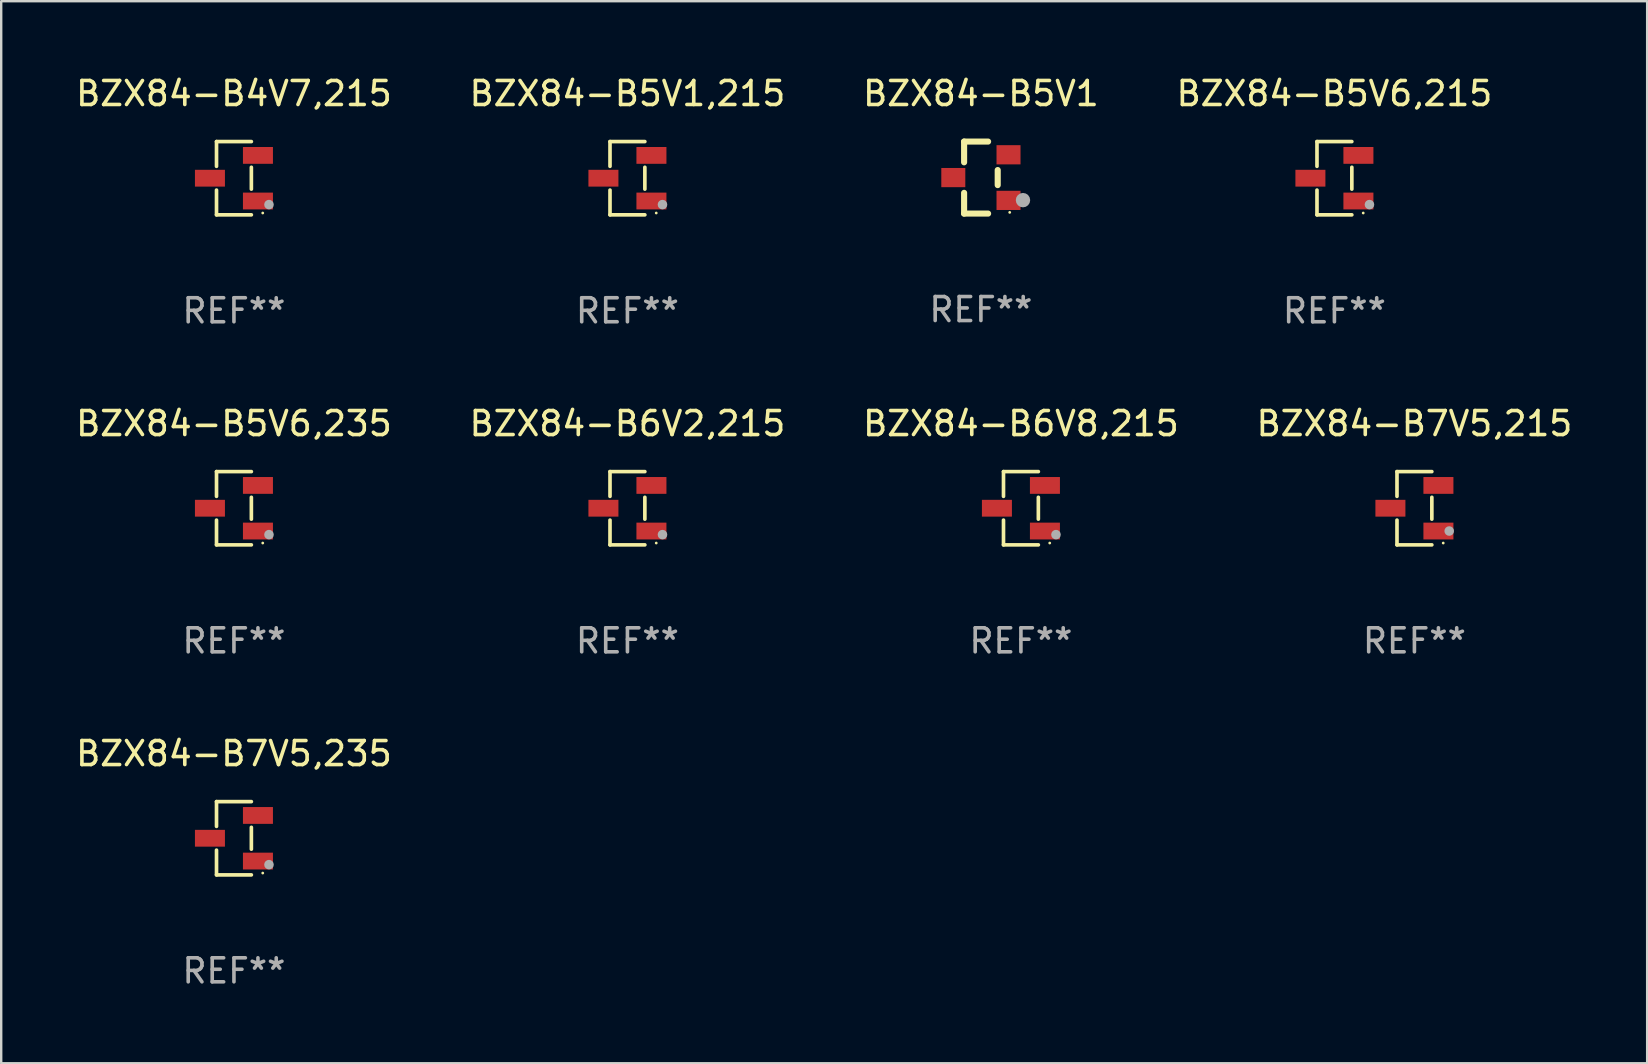
<source format=kicad_pcb>
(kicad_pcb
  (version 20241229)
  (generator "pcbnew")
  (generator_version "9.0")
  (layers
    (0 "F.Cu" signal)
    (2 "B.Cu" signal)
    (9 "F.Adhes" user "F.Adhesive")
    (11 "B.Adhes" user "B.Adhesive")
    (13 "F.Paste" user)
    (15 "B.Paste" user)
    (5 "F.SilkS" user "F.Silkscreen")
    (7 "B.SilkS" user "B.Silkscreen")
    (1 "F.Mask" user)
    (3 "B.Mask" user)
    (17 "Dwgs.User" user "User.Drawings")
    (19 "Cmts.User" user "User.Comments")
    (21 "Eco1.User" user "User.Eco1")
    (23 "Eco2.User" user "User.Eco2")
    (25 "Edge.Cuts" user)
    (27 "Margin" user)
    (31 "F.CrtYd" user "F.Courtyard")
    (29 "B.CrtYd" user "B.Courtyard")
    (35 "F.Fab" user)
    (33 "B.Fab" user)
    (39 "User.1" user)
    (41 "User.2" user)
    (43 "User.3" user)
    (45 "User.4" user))
  (footprint "BZX84-B7V5,215"
    (layer "F.Cu")
    (at 55.875 18.123)
    (property "Reference" "BZX84-B7V5,215" (at 0 -3.526 0) (layer "F.SilkS") (effects (font (size 1 1) (thickness 0.15))))
    (attr through_hole)
    (fp_line (start -0.726 -1.526) (end -0.726 -0.495) (stroke (width 0.152) (type solid)) (layer "F.SilkS"))
    (fp_line (start -0.726 1.526) (end -0.726 0.495) (stroke (width 0.152) (type solid)) (layer "F.SilkS"))
    (fp_line (start 0.726 -1.526) (end -0.726 -1.526) (stroke (width 0.152) (type solid)) (layer "F.SilkS"))
    (fp_line (start 0.726 -0.455) (end 0.726 0.455) (stroke (width 0.152) (type solid)) (layer "F.SilkS"))
    (fp_line (start 0.726 1.526) (end -0.726 1.526) (stroke (width 0.152) (type solid)) (layer "F.SilkS"))
    (fp_circle (center 1.2 1.45) (end 1.23 1.45) (stroke (width 0.06) (type solid)) (fill no) (layer "F.SilkS"))
    (fp_circle (center 1.45 0.95) (end 1.55 0.95) (stroke (width 0.2) (type solid)) (fill no) (layer "F.Fab"))
    (fp_text user "REF**" (at 0 5.526 0) (layer "F.Fab") (effects (font (size 1 1) (thickness 0.15))))
    (pad "1" smd rect (at 1 0.95) (size 1.25 0.7) (layers "F.Cu" "F.Mask" "F.Paste"))
    (pad "2" smd rect (at 1 -0.95) (size 1.25 0.7) (layers "F.Cu" "F.Mask" "F.Paste"))
    (pad "3" smd rect (at -1 0) (size 1.25 0.7) (layers "F.Cu" "F.Mask" "F.Paste")))
  (footprint "BZX84-B7V5,235"
    (layer "F.Cu")
    (at 6.696 31.872)
    (property "Reference" "BZX84-B7V5,235" (at 0 -3.526 0) (layer "F.SilkS") (effects (font (size 1 1) (thickness 0.15))))
    (attr through_hole)
    (fp_line (start -0.726 -1.526) (end -0.726 -0.495) (stroke (width 0.152) (type solid)) (layer "F.SilkS"))
    (fp_line (start -0.726 1.526) (end -0.726 0.495) (stroke (width 0.152) (type solid)) (layer "F.SilkS"))
    (fp_line (start 0.726 -1.526) (end -0.726 -1.526) (stroke (width 0.152) (type solid)) (layer "F.SilkS"))
    (fp_line (start 0.726 -0.455) (end 0.726 0.455) (stroke (width 0.152) (type solid)) (layer "F.SilkS"))
    (fp_line (start 0.726 1.526) (end -0.726 1.526) (stroke (width 0.152) (type solid)) (layer "F.SilkS"))
    (fp_circle (center 1.2 1.45) (end 1.23 1.45) (stroke (width 0.06) (type solid)) (fill no) (layer "F.SilkS"))
    (fp_circle (center 1.46 1.1) (end 1.56 1.1) (stroke (width 0.2) (type solid)) (fill no) (layer "F.Fab"))
    (fp_text user "REF**" (at 0 5.526 0) (layer "F.Fab") (effects (font (size 1 1) (thickness 0.15))))
    (pad "1" smd rect (at 1 0.95) (size 1.25 0.7) (layers "F.Cu" "F.Mask" "F.Paste"))
    (pad "2" smd rect (at 1 -0.95) (size 1.25 0.7) (layers "F.Cu" "F.Mask" "F.Paste"))
    (pad "3" smd rect (at -1 0) (size 1.25 0.7) (layers "F.Cu" "F.Mask" "F.Paste")))
  (footprint "BZX84-B5V1,215"
    (layer "F.Cu")
    (at 23.089 4.374)
    (property "Reference" "BZX84-B5V1,215" (at 0 -3.526 0) (layer "F.SilkS") (effects (font (size 1 1) (thickness 0.15))))
    (attr through_hole)
    (fp_line (start -0.726 -1.526) (end -0.726 -0.495) (stroke (width 0.152) (type solid)) (layer "F.SilkS"))
    (fp_line (start -0.726 1.526) (end -0.726 0.495) (stroke (width 0.152) (type solid)) (layer "F.SilkS"))
    (fp_line (start 0.726 -1.526) (end -0.726 -1.526) (stroke (width 0.152) (type solid)) (layer "F.SilkS"))
    (fp_line (start 0.726 -0.455) (end 0.726 0.455) (stroke (width 0.152) (type solid)) (layer "F.SilkS"))
    (fp_line (start 0.726 1.526) (end -0.726 1.526) (stroke (width 0.152) (type solid)) (layer "F.SilkS"))
    (fp_circle (center 1.2 1.45) (end 1.23 1.45) (stroke (width 0.06) (type solid)) (fill no) (layer "F.SilkS"))
    (fp_circle (center 1.46 1.1) (end 1.56 1.1) (stroke (width 0.2) (type solid)) (fill no) (layer "F.Fab"))
    (fp_text user "REF**" (at 0 5.526 0) (layer "F.Fab") (effects (font (size 1 1) (thickness 0.15))))
    (pad "1" smd rect (at 1 0.95) (size 1.25 0.7) (layers "F.Cu" "F.Mask" "F.Paste"))
    (pad "2" smd rect (at 1 -0.95) (size 1.25 0.7) (layers "F.Cu" "F.Mask" "F.Paste"))
    (pad "3" smd rect (at -1 0) (size 1.25 0.7) (layers "F.Cu" "F.Mask" "F.Paste")))
  (footprint "BZX84-B5V1"
    (layer "F.Cu")
    (at 37.815 4.348)
    (property "Reference" "BZX84-B5V1" (at 0 -3.5 0) (layer "F.SilkS") (effects (font (size 1 1) (thickness 0.15))))
    (attr through_hole)
    (fp_line (start -0.7 -1.5) (end 0.3 -1.5) (stroke (width 0.254) (type solid)) (layer "F.SilkS"))
    (fp_line (start -0.7 -0.636) (end -0.7 -1.5) (stroke (width 0.254) (type solid)) (layer "F.SilkS"))
    (fp_line (start -0.7 1.5) (end -0.7 0.636) (stroke (width 0.254) (type solid)) (layer "F.SilkS"))
    (fp_line (start -0.7 1.5) (end 0.3 1.5) (stroke (width 0.254) (type solid)) (layer "F.SilkS"))
    (fp_line (start 0.7 0.314) (end 0.7 -0.314) (stroke (width 0.254) (type solid)) (layer "F.SilkS"))
    (fp_circle (center 1.2 1.45) (end 1.23 1.45) (stroke (width 0.06) (type solid)) (fill no) (layer "F.SilkS"))
    (fp_circle (center 1.753 0.94) (end 1.903 0.94) (stroke (width 0.3) (type solid)) (fill no) (layer "F.Fab"))
    (fp_text user "REF**" (at 0 5.5 0) (layer "F.Fab") (effects (font (size 1 1) (thickness 0.15))))
    (pad "1" smd rect (at 1.15 0.95 180) (size 1 0.8) (layers "F.Cu" "F.Mask" "F.Paste"))
    (pad "2" smd rect (at 1.15 -0.95 180) (size 1 0.8) (layers "F.Cu" "F.Mask" "F.Paste"))
    (pad "3" smd rect (at -1.15 -0.000051 180) (size 1 0.8) (layers "F.Cu" "F.Mask" "F.Paste")))
  (footprint "BZX84-B5V6,235"
    (layer "F.Cu")
    (at 6.696 18.123)
    (property "Reference" "BZX84-B5V6,235" (at 0 -3.526 0) (layer "F.SilkS") (effects (font (size 1 1) (thickness 0.15))))
    (attr through_hole)
    (fp_line (start -0.726 -1.526) (end -0.726 -0.495) (stroke (width 0.152) (type solid)) (layer "F.SilkS"))
    (fp_line (start -0.726 1.526) (end -0.726 0.495) (stroke (width 0.152) (type solid)) (layer "F.SilkS"))
    (fp_line (start 0.726 -1.526) (end -0.726 -1.526) (stroke (width 0.152) (type solid)) (layer "F.SilkS"))
    (fp_line (start 0.726 -0.455) (end 0.726 0.455) (stroke (width 0.152) (type solid)) (layer "F.SilkS"))
    (fp_line (start 0.726 1.526) (end -0.726 1.526) (stroke (width 0.152) (type solid)) (layer "F.SilkS"))
    (fp_circle (center 1.2 1.45) (end 1.23 1.45) (stroke (width 0.06) (type solid)) (fill no) (layer "F.SilkS"))
    (fp_circle (center 1.46 1.1) (end 1.56 1.1) (stroke (width 0.2) (type solid)) (fill no) (layer "F.Fab"))
    (fp_text user "REF**" (at 0 5.526 0) (layer "F.Fab") (effects (font (size 1 1) (thickness 0.15))))
    (pad "1" smd rect (at 1 0.95) (size 1.25 0.7) (layers "F.Cu" "F.Mask" "F.Paste"))
    (pad "2" smd rect (at 1 -0.95) (size 1.25 0.7) (layers "F.Cu" "F.Mask" "F.Paste"))
    (pad "3" smd rect (at -1 0) (size 1.25 0.7) (layers "F.Cu" "F.Mask" "F.Paste")))
  (footprint "BZX84-B5V6,215"
    (layer "F.Cu")
    (at 52.542 4.374)
    (property "Reference" "BZX84-B5V6,215" (at 0 -3.526 0) (layer "F.SilkS") (effects (font (size 1 1) (thickness 0.15))))
    (attr through_hole)
    (fp_line (start -0.726 -1.526) (end -0.726 -0.495) (stroke (width 0.152) (type solid)) (layer "F.SilkS"))
    (fp_line (start -0.726 1.526) (end -0.726 0.495) (stroke (width 0.152) (type solid)) (layer "F.SilkS"))
    (fp_line (start 0.726 -1.526) (end -0.726 -1.526) (stroke (width 0.152) (type solid)) (layer "F.SilkS"))
    (fp_line (start 0.726 -0.455) (end 0.726 0.455) (stroke (width 0.152) (type solid)) (layer "F.SilkS"))
    (fp_line (start 0.726 1.526) (end -0.726 1.526) (stroke (width 0.152) (type solid)) (layer "F.SilkS"))
    (fp_circle (center 1.2 1.45) (end 1.23 1.45) (stroke (width 0.06) (type solid)) (fill no) (layer "F.SilkS"))
    (fp_circle (center 1.46 1.1) (end 1.56 1.1) (stroke (width 0.2) (type solid)) (fill no) (layer "F.Fab"))
    (fp_text user "REF**" (at 0 5.526 0) (layer "F.Fab") (effects (font (size 1 1) (thickness 0.15))))
    (pad "1" smd rect (at 1 0.95) (size 1.25 0.7) (layers "F.Cu" "F.Mask" "F.Paste"))
    (pad "2" smd rect (at 1 -0.95) (size 1.25 0.7) (layers "F.Cu" "F.Mask" "F.Paste"))
    (pad "3" smd rect (at -1 0) (size 1.25 0.7) (layers "F.Cu" "F.Mask" "F.Paste")))
  (footprint "BZX84-B6V2,215"
    (layer "F.Cu")
    (at 23.089 18.123)
    (property "Reference" "BZX84-B6V2,215" (at 0 -3.526 0) (layer "F.SilkS") (effects (font (size 1 1) (thickness 0.15))))
    (attr through_hole)
    (fp_line (start -0.726 -1.526) (end -0.726 -0.495) (stroke (width 0.152) (type solid)) (layer "F.SilkS"))
    (fp_line (start -0.726 1.526) (end -0.726 0.495) (stroke (width 0.152) (type solid)) (layer "F.SilkS"))
    (fp_line (start 0.726 -1.526) (end -0.726 -1.526) (stroke (width 0.152) (type solid)) (layer "F.SilkS"))
    (fp_line (start 0.726 -0.455) (end 0.726 0.455) (stroke (width 0.152) (type solid)) (layer "F.SilkS"))
    (fp_line (start 0.726 1.526) (end -0.726 1.526) (stroke (width 0.152) (type solid)) (layer "F.SilkS"))
    (fp_circle (center 1.2 1.45) (end 1.23 1.45) (stroke (width 0.06) (type solid)) (fill no) (layer "F.SilkS"))
    (fp_circle (center 1.46 1.1) (end 1.56 1.1) (stroke (width 0.2) (type solid)) (fill no) (layer "F.Fab"))
    (fp_text user "REF**" (at 0 5.526 0) (layer "F.Fab") (effects (font (size 1 1) (thickness 0.15))))
    (pad "1" smd rect (at 1 0.95) (size 1.25 0.7) (layers "F.Cu" "F.Mask" "F.Paste"))
    (pad "2" smd rect (at 1 -0.95) (size 1.25 0.7) (layers "F.Cu" "F.Mask" "F.Paste"))
    (pad "3" smd rect (at -1 0) (size 1.25 0.7) (layers "F.Cu" "F.Mask" "F.Paste")))
  (footprint "BZX84-B4V7,215"
    (layer "F.Cu")
    (at 6.696 4.374)
    (property "Reference" "BZX84-B4V7,215" (at 0 -3.526 0) (layer "F.SilkS") (effects (font (size 1 1) (thickness 0.15))))
    (attr through_hole)
    (fp_line (start -0.726 -1.526) (end -0.726 -0.495) (stroke (width 0.152) (type solid)) (layer "F.SilkS"))
    (fp_line (start -0.726 1.526) (end -0.726 0.495) (stroke (width 0.152) (type solid)) (layer "F.SilkS"))
    (fp_line (start 0.726 -1.526) (end -0.726 -1.526) (stroke (width 0.152) (type solid)) (layer "F.SilkS"))
    (fp_line (start 0.726 -0.455) (end 0.726 0.455) (stroke (width 0.152) (type solid)) (layer "F.SilkS"))
    (fp_line (start 0.726 1.526) (end -0.726 1.526) (stroke (width 0.152) (type solid)) (layer "F.SilkS"))
    (fp_circle (center 1.2 1.45) (end 1.23 1.45) (stroke (width 0.06) (type solid)) (fill no) (layer "F.SilkS"))
    (fp_circle (center 1.46 1.1) (end 1.56 1.1) (stroke (width 0.2) (type solid)) (fill no) (layer "F.Fab"))
    (fp_text user "REF**" (at 0 5.526 0) (layer "F.Fab") (effects (font (size 1 1) (thickness 0.15))))
    (pad "1" smd rect (at 1 0.95) (size 1.25 0.7) (layers "F.Cu" "F.Mask" "F.Paste"))
    (pad "2" smd rect (at 1 -0.95) (size 1.25 0.7) (layers "F.Cu" "F.Mask" "F.Paste"))
    (pad "3" smd rect (at -1 0) (size 1.25 0.7) (layers "F.Cu" "F.Mask" "F.Paste")))
  (footprint "BZX84-B6V8,215"
    (layer "F.Cu")
    (at 39.482 18.123)
    (property "Reference" "BZX84-B6V8,215" (at 0 -3.526 0) (layer "F.SilkS") (effects (font (size 1 1) (thickness 0.15))))
    (attr through_hole)
    (fp_line (start -0.726 -1.526) (end -0.726 -0.495) (stroke (width 0.152) (type solid)) (layer "F.SilkS"))
    (fp_line (start -0.726 1.526) (end -0.726 0.495) (stroke (width 0.152) (type solid)) (layer "F.SilkS"))
    (fp_line (start 0.726 -1.526) (end -0.726 -1.526) (stroke (width 0.152) (type solid)) (layer "F.SilkS"))
    (fp_line (start 0.726 -0.455) (end 0.726 0.455) (stroke (width 0.152) (type solid)) (layer "F.SilkS"))
    (fp_line (start 0.726 1.526) (end -0.726 1.526) (stroke (width 0.152) (type solid)) (layer "F.SilkS"))
    (fp_circle (center 1.2 1.45) (end 1.23 1.45) (stroke (width 0.06) (type solid)) (fill no) (layer "F.SilkS"))
    (fp_circle (center 1.46 1.1) (end 1.56 1.1) (stroke (width 0.2) (type solid)) (fill no) (layer "F.Fab"))
    (fp_text user "REF**" (at 0 5.526 0) (layer "F.Fab") (effects (font (size 1 1) (thickness 0.15))))
    (pad "1" smd rect (at 1 0.95) (size 1.25 0.7) (layers "F.Cu" "F.Mask" "F.Paste"))
    (pad "2" smd rect (at 1 -0.95) (size 1.25 0.7) (layers "F.Cu" "F.Mask" "F.Paste"))
    (pad "3" smd rect (at -1 0) (size 1.25 0.7) (layers "F.Cu" "F.Mask" "F.Paste")))
  (gr_rect
    (start -3 -3)
    (end 65.571 41.247)
    (stroke (width 0.1) (type default))
    (fill no)
    (layer "Edge.Cuts")))
</source>
